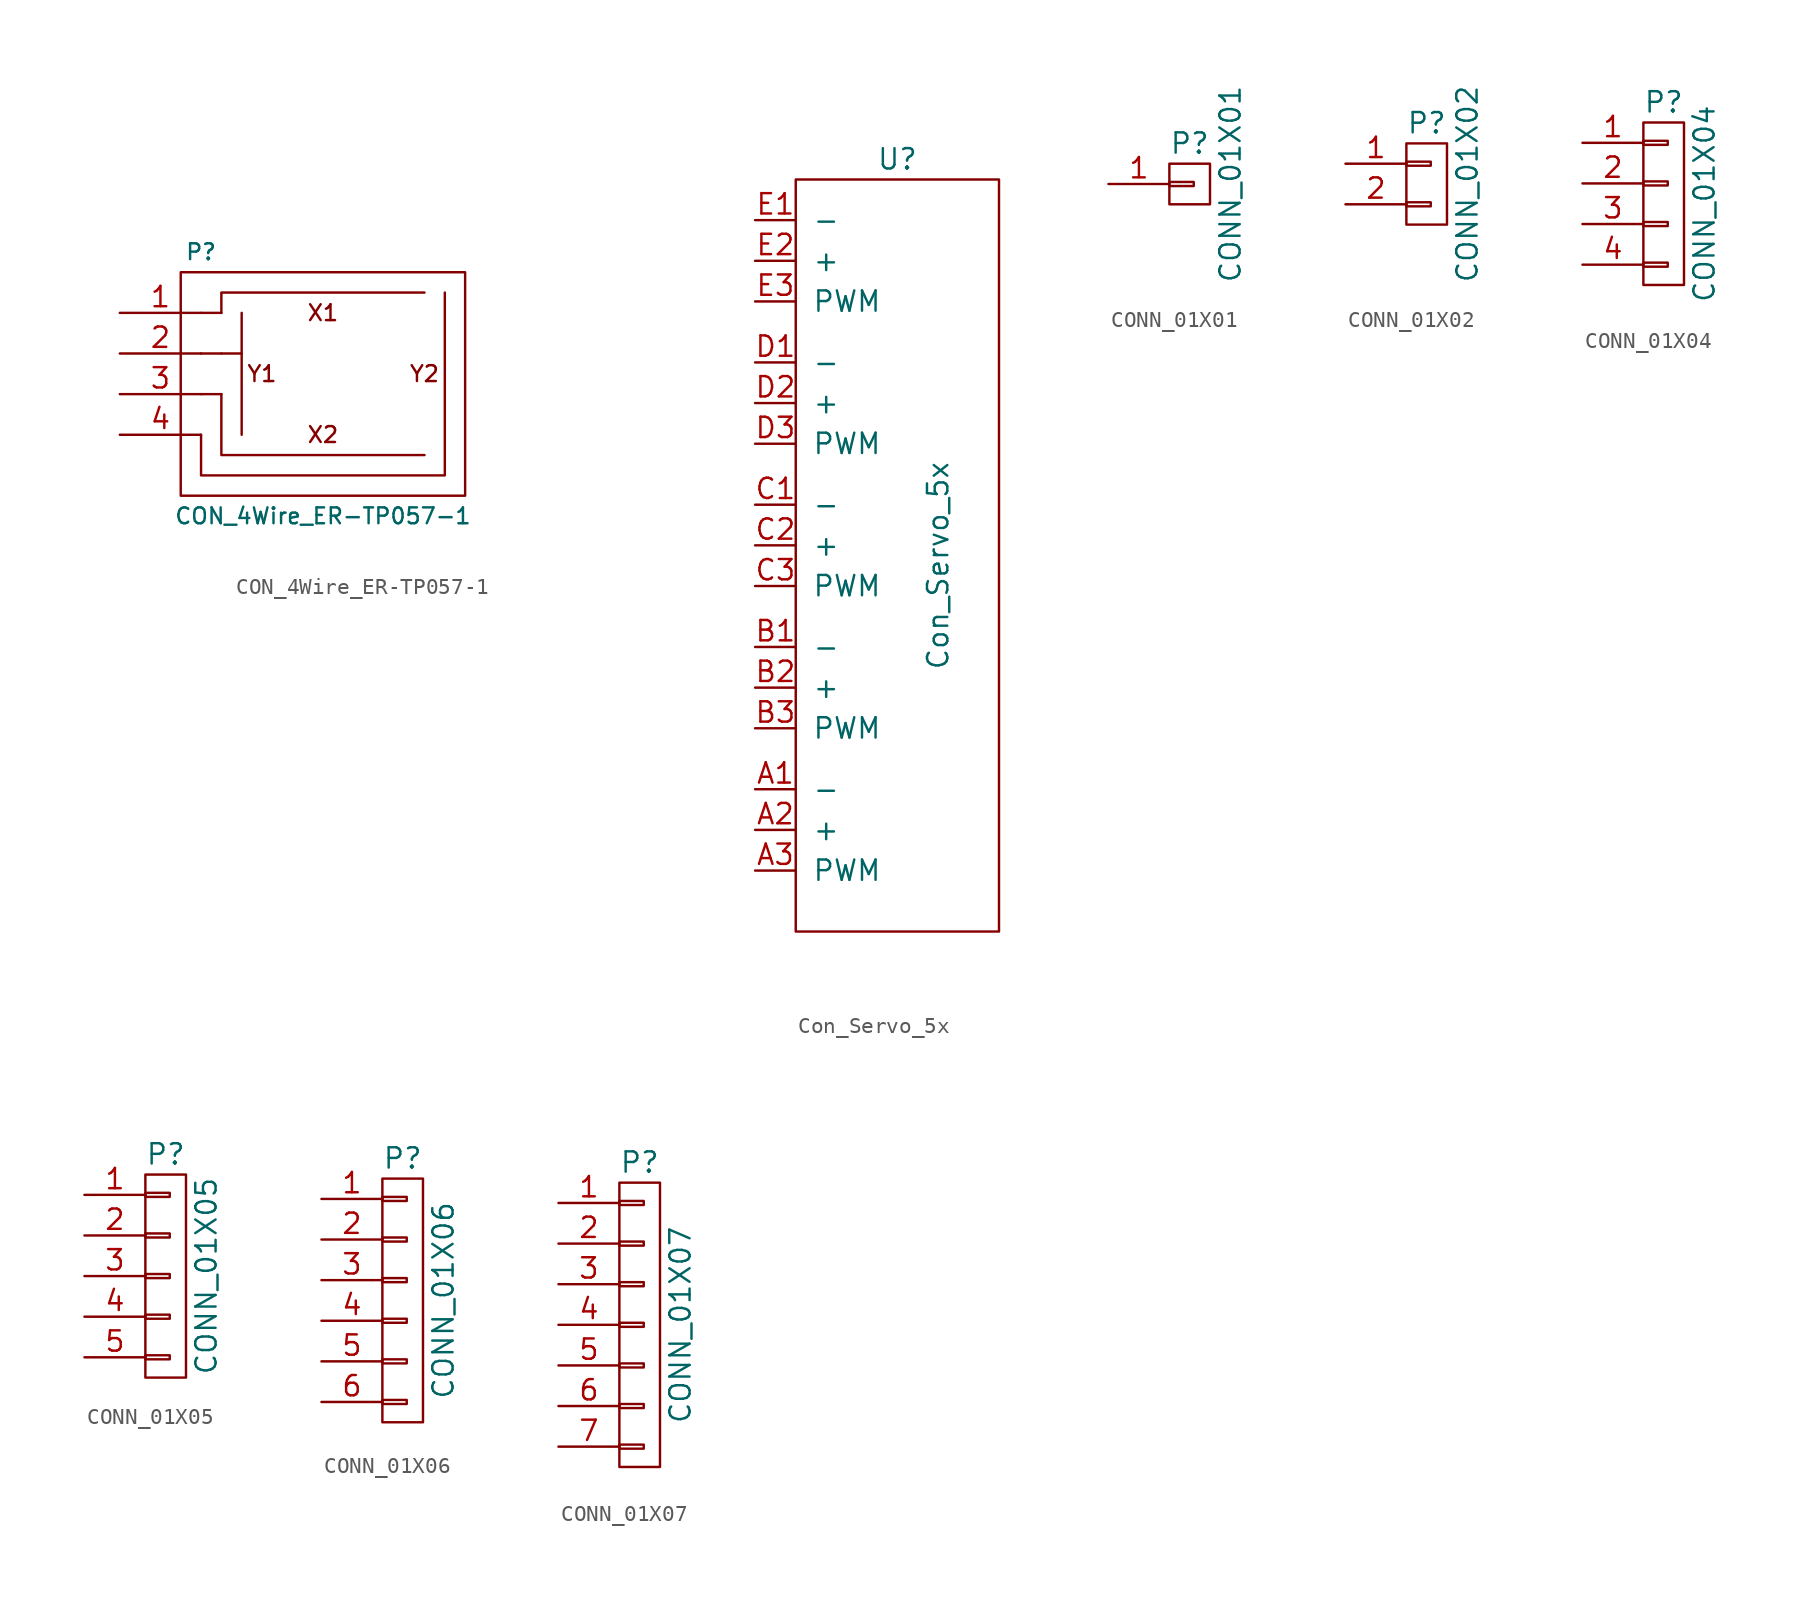
<source format=kicad_sym>
(kicad_symbol_lib
  (version 20210619)
  (generator kicad_symbol_editor)
  (symbol "tinkerforge:CON_4Wire_ER-TP057-1"
    (pin_names
      (offset 1.016))
    (property "Reference" "P"
      (at -3.81 7.62 0)
      (effects (font (size 0.991 0.991))))
    (property "Value" "CON_4Wire_ER-TP057-1"
      (at 3.81 -8.89 0)
      (effects (font (size 0.991 0.991))))
    (property "Footprint" ""
      (at 21.59 16.51 0)
      (effects (font (size 0.991 0.991))))
    (property "Datasheet" ""
      (at 21.59 16.51 0)
      (effects (font (size 0.991 0.991))))
    (symbol "CON_4Wire_ER-TP057-1_0_0"
      (text "X1" (at 3.81 3.81 0) (effects (font (size 0.991 0.991))))
      (text "X2" (at 3.81 -3.81 0) (effects (font (size 0.991 0.991))))
      (text "Y1" (at 0 0 0) (effects (font (size 0.991 0.991))))
      (text "Y2" (at 10.16 0 0) (effects (font (size 0.991 0.991)))))
    (symbol "CON_4Wire_ER-TP057-1_0_1"
      (rectangle (start -5.08 6.35) (end 12.7 -7.62) (stroke (width 0)) (fill (type none)))
      (polyline (pts (xy -3.81 -1.27) (xy -2.54 -1.27)) (stroke (width 0)) (fill (type none)))
      (polyline (pts (xy -3.81 1.27) (xy -2.54 1.27)) (stroke (width 0)) (fill (type none)))
      (polyline (pts (xy -2.54 3.81) (xy -3.81 3.81)) (stroke (width 0)) (fill (type none)))
      (polyline (pts (xy -1.27 1.27) (xy -1.27 -3.81)) (stroke (width 0)) (fill (type none)))
      (polyline (pts (xy -2.54 -1.27) (xy -2.54 -5.08) (xy 10.16 -5.08)) (stroke (width 0)) (fill (type none)))
      (polyline (pts (xy -2.54 1.27) (xy -1.27 1.27) (xy -1.27 3.81)) (stroke (width 0)) (fill (type none)))
      (polyline (pts (xy -2.54 3.81) (xy -2.54 5.08) (xy 10.16 5.08)) (stroke (width 0)) (fill (type none)))
      (polyline (pts (xy -3.81 -3.81) (xy -3.81 -6.35) (xy 11.43 -6.35) (xy 11.43 5.08)) (stroke (width 0)) (fill (type none))))
    (symbol "CON_4Wire_ER-TP057-1_1_1"
      (pin input line (at -8.89 3.81 0) (length 5.08) (name "~" (effects (font (size 1.27 1.27)))) (number "1" (effects (font (size 1.27 1.27)))))
      (pin input line (at -8.89 1.27 0) (length 5.08) (name "~" (effects (font (size 1.27 1.27)))) (number "2" (effects (font (size 1.27 1.27)))))
      (pin input line (at -8.89 -1.27 0) (length 5.08) (name "~" (effects (font (size 1.27 1.27)))) (number "3" (effects (font (size 1.27 1.27)))))
      (pin input line (at -8.89 -3.81 0) (length 5.08) (name "~" (effects (font (size 1.27 1.27)))) (number "4" (effects (font (size 1.27 1.27)))))))
  (symbol "tinkerforge:Con_Servo_5x"
    (pin_names
      (offset 1.016))
    (property "Reference" "U"
      (at 6.35 24.13 0)
      (effects (font (size 1.27 1.27))))
    (property "Value" "Con_Servo_5x"
      (at 8.89 -1.27 90)
      (effects (font (size 1.27 1.27))))
    (symbol "Con_Servo_5x_0_1"
      (rectangle (start 0 22.86) (end 12.7 -24.13) (stroke (width 0)) (fill (type none))))
    (symbol "Con_Servo_5x_1_1"
      (pin input line (at -2.54 -15.24 0) (length 2.54) (name "-" (effects (font (size 1.27 1.27)))) (number "A1" (effects (font (size 1.27 1.27)))))
      (pin input line (at -2.54 -17.78 0) (length 2.54) (name "+" (effects (font (size 1.27 1.27)))) (number "A2" (effects (font (size 1.27 1.27)))))
      (pin input line (at -2.54 -20.32 0) (length 2.54) (name "PWM" (effects (font (size 1.27 1.27)))) (number "A3" (effects (font (size 1.27 1.27)))))
      (pin input line (at -2.54 -6.35 0) (length 2.54) (name "-" (effects (font (size 1.27 1.27)))) (number "B1" (effects (font (size 1.27 1.27)))))
      (pin input line (at -2.54 -8.89 0) (length 2.54) (name "+" (effects (font (size 1.27 1.27)))) (number "B2" (effects (font (size 1.27 1.27)))))
      (pin input line (at -2.54 -11.43 0) (length 2.54) (name "PWM" (effects (font (size 1.27 1.27)))) (number "B3" (effects (font (size 1.27 1.27)))))
      (pin input line (at -2.54 2.54 0) (length 2.54) (name "-" (effects (font (size 1.27 1.27)))) (number "C1" (effects (font (size 1.27 1.27)))))
      (pin input line (at -2.54 0 0) (length 2.54) (name "+" (effects (font (size 1.27 1.27)))) (number "C2" (effects (font (size 1.27 1.27)))))
      (pin input line (at -2.54 -2.54 0) (length 2.54) (name "PWM" (effects (font (size 1.27 1.27)))) (number "C3" (effects (font (size 1.27 1.27)))))
      (pin input line (at -2.54 11.43 0) (length 2.54) (name "-" (effects (font (size 1.27 1.27)))) (number "D1" (effects (font (size 1.27 1.27)))))
      (pin input line (at -2.54 8.89 0) (length 2.54) (name "+" (effects (font (size 1.27 1.27)))) (number "D2" (effects (font (size 1.27 1.27)))))
      (pin input line (at -2.54 6.35 0) (length 2.54) (name "PWM" (effects (font (size 1.27 1.27)))) (number "D3" (effects (font (size 1.27 1.27)))))
      (pin input line (at -2.54 20.32 0) (length 2.54) (name "-" (effects (font (size 1.27 1.27)))) (number "E1" (effects (font (size 1.27 1.27)))))
      (pin input line (at -2.54 17.78 0) (length 2.54) (name "+" (effects (font (size 1.27 1.27)))) (number "E2" (effects (font (size 1.27 1.27)))))
      (pin input line (at -2.54 15.24 0) (length 2.54) (name "PWM" (effects (font (size 1.27 1.27)))) (number "E3" (effects (font (size 1.27 1.27)))))))
  (symbol "tinkerforge:CONN_01X01"
    (pin_names
      (offset 1.016) hide)
    (property "Reference" "P"
      (at 0 2.54 0)
      (effects (font (size 1.27 1.27))))
    (property "Value" "CONN_01X01"
      (at 2.54 0 90)
      (effects (font (size 1.27 1.27))))
    (property "Footprint" ""
      (at 0 0 0)
      (effects (font (size 1.27 1.27))))
    (property "Datasheet" ""
      (at 0 0 0)
      (effects (font (size 1.27 1.27))))
    (symbol "CONN_01X01_0_1"
      (rectangle (start -1.27 0.127) (end 0.254 -0.127) (stroke (width 0)) (fill (type none)))
      (rectangle (start -1.27 1.27) (end 1.27 -1.27) (stroke (width 0)) (fill (type none))))
    (symbol "CONN_01X01_1_1"
      (pin passive line (at -5.08 0 0) (length 3.81) (name "P1" (effects (font (size 1.27 1.27)))) (number "1" (effects (font (size 1.27 1.27)))))))
  (symbol "tinkerforge:CONN_01X02"
    (pin_names
      (offset 1.016) hide)
    (property "Reference" "P"
      (at 0 3.81 0)
      (effects (font (size 1.27 1.27))))
    (property "Value" "CONN_01X02"
      (at 2.54 0 90)
      (effects (font (size 1.27 1.27))))
    (property "Footprint" ""
      (at 0 0 0)
      (effects (font (size 1.27 1.27))))
    (property "Datasheet" ""
      (at 0 0 0)
      (effects (font (size 1.27 1.27))))
    (symbol "CONN_01X02_0_1"
      (rectangle (start -1.27 -1.143) (end 0.254 -1.397) (stroke (width 0)) (fill (type none)))
      (rectangle (start -1.27 1.397) (end 0.254 1.143) (stroke (width 0)) (fill (type none)))
      (rectangle (start -1.27 2.54) (end 1.27 -2.54) (stroke (width 0)) (fill (type none))))
    (symbol "CONN_01X02_1_1"
      (pin passive line (at -5.08 1.27 0) (length 3.81) (name "P1" (effects (font (size 1.27 1.27)))) (number "1" (effects (font (size 1.27 1.27)))))
      (pin passive line (at -5.08 -1.27 0) (length 3.81) (name "P2" (effects (font (size 1.27 1.27)))) (number "2" (effects (font (size 1.27 1.27)))))))
  (symbol "tinkerforge:CONN_01X04"
    (pin_names
      (offset 1.016) hide)
    (property "Reference" "P"
      (at 0 6.35 0)
      (effects (font (size 1.27 1.27))))
    (property "Value" "CONN_01X04"
      (at 2.54 0 90)
      (effects (font (size 1.27 1.27))))
    (property "Footprint" ""
      (at 0 0 0)
      (effects (font (size 1.27 1.27))))
    (property "Datasheet" ""
      (at 0 0 0)
      (effects (font (size 1.27 1.27))))
    (symbol "CONN_01X04_0_1"
      (rectangle (start -1.27 -3.683) (end 0.254 -3.937) (stroke (width 0)) (fill (type none)))
      (rectangle (start -1.27 -1.143) (end 0.254 -1.397) (stroke (width 0)) (fill (type none)))
      (rectangle (start -1.27 1.397) (end 0.254 1.143) (stroke (width 0)) (fill (type none)))
      (rectangle (start -1.27 3.937) (end 0.254 3.683) (stroke (width 0)) (fill (type none)))
      (rectangle (start -1.27 5.08) (end 1.27 -5.08) (stroke (width 0)) (fill (type none))))
    (symbol "CONN_01X04_1_1"
      (pin passive line (at -5.08 3.81 0) (length 3.81) (name "P1" (effects (font (size 1.27 1.27)))) (number "1" (effects (font (size 1.27 1.27)))))
      (pin passive line (at -5.08 1.27 0) (length 3.81) (name "P2" (effects (font (size 1.27 1.27)))) (number "2" (effects (font (size 1.27 1.27)))))
      (pin passive line (at -5.08 -1.27 0) (length 3.81) (name "P3" (effects (font (size 1.27 1.27)))) (number "3" (effects (font (size 1.27 1.27)))))
      (pin passive line (at -5.08 -3.81 0) (length 3.81) (name "P4" (effects (font (size 1.27 1.27)))) (number "4" (effects (font (size 1.27 1.27)))))))
  (symbol "tinkerforge:CONN_01X05"
    (pin_names
      (offset 1.016) hide)
    (property "Reference" "P"
      (at 0 7.62 0)
      (effects (font (size 1.27 1.27))))
    (property "Value" "CONN_01X05"
      (at 2.54 0 90)
      (effects (font (size 1.27 1.27))))
    (property "Footprint" ""
      (at 0 0 0)
      (effects (font (size 1.27 1.27))))
    (property "Datasheet" ""
      (at 0 0 0)
      (effects (font (size 1.27 1.27))))
    (symbol "CONN_01X05_0_1"
      (rectangle (start -1.27 -4.953) (end 0.254 -5.207) (stroke (width 0)) (fill (type none)))
      (rectangle (start -1.27 -2.413) (end 0.254 -2.667) (stroke (width 0)) (fill (type none)))
      (rectangle (start -1.27 0.127) (end 0.254 -0.127) (stroke (width 0)) (fill (type none)))
      (rectangle (start -1.27 2.667) (end 0.254 2.413) (stroke (width 0)) (fill (type none)))
      (rectangle (start -1.27 5.207) (end 0.254 4.953) (stroke (width 0)) (fill (type none)))
      (rectangle (start -1.27 6.35) (end 1.27 -6.35) (stroke (width 0)) (fill (type none))))
    (symbol "CONN_01X05_1_1"
      (pin passive line (at -5.08 5.08 0) (length 3.81) (name "P1" (effects (font (size 1.27 1.27)))) (number "1" (effects (font (size 1.27 1.27)))))
      (pin passive line (at -5.08 2.54 0) (length 3.81) (name "P2" (effects (font (size 1.27 1.27)))) (number "2" (effects (font (size 1.27 1.27)))))
      (pin passive line (at -5.08 0 0) (length 3.81) (name "P3" (effects (font (size 1.27 1.27)))) (number "3" (effects (font (size 1.27 1.27)))))
      (pin passive line (at -5.08 -2.54 0) (length 3.81) (name "P4" (effects (font (size 1.27 1.27)))) (number "4" (effects (font (size 1.27 1.27)))))
      (pin passive line (at -5.08 -5.08 0) (length 3.81) (name "P5" (effects (font (size 1.27 1.27)))) (number "5" (effects (font (size 1.27 1.27)))))))
  (symbol "tinkerforge:CONN_01X06"
    (pin_names
      (offset 1.016) hide)
    (property "Reference" "P"
      (at 0 8.89 0)
      (effects (font (size 1.27 1.27))))
    (property "Value" "CONN_01X06"
      (at 2.54 0 90)
      (effects (font (size 1.27 1.27))))
    (property "Footprint" ""
      (at 0 0 0)
      (effects (font (size 1.27 1.27))))
    (property "Datasheet" ""
      (at 0 0 0)
      (effects (font (size 1.27 1.27))))
    (symbol "CONN_01X06_0_1"
      (rectangle (start -1.27 -6.223) (end 0.254 -6.477) (stroke (width 0)) (fill (type none)))
      (rectangle (start -1.27 -3.683) (end 0.254 -3.937) (stroke (width 0)) (fill (type none)))
      (rectangle (start -1.27 -1.143) (end 0.254 -1.397) (stroke (width 0)) (fill (type none)))
      (rectangle (start -1.27 1.397) (end 0.254 1.143) (stroke (width 0)) (fill (type none)))
      (rectangle (start -1.27 3.937) (end 0.254 3.683) (stroke (width 0)) (fill (type none)))
      (rectangle (start -1.27 6.477) (end 0.254 6.223) (stroke (width 0)) (fill (type none)))
      (rectangle (start -1.27 7.62) (end 1.27 -7.62) (stroke (width 0)) (fill (type none))))
    (symbol "CONN_01X06_1_1"
      (pin passive line (at -5.08 6.35 0) (length 3.81) (name "P1" (effects (font (size 1.27 1.27)))) (number "1" (effects (font (size 1.27 1.27)))))
      (pin passive line (at -5.08 3.81 0) (length 3.81) (name "P2" (effects (font (size 1.27 1.27)))) (number "2" (effects (font (size 1.27 1.27)))))
      (pin passive line (at -5.08 1.27 0) (length 3.81) (name "P3" (effects (font (size 1.27 1.27)))) (number "3" (effects (font (size 1.27 1.27)))))
      (pin passive line (at -5.08 -1.27 0) (length 3.81) (name "P4" (effects (font (size 1.27 1.27)))) (number "4" (effects (font (size 1.27 1.27)))))
      (pin passive line (at -5.08 -3.81 0) (length 3.81) (name "P5" (effects (font (size 1.27 1.27)))) (number "5" (effects (font (size 1.27 1.27)))))
      (pin passive line (at -5.08 -6.35 0) (length 3.81) (name "P6" (effects (font (size 1.27 1.27)))) (number "6" (effects (font (size 1.27 1.27)))))))
  (symbol "tinkerforge:CONN_01X07"
    (pin_names
      (offset 1.016) hide)
    (property "Reference" "P"
      (at 0 10.16 0)
      (effects (font (size 1.27 1.27))))
    (property "Value" "CONN_01X07"
      (at 2.54 0 90)
      (effects (font (size 1.27 1.27))))
    (property "Footprint" ""
      (at 0 0 0)
      (effects (font (size 1.27 1.27))))
    (property "Datasheet" ""
      (at 0 0 0)
      (effects (font (size 1.27 1.27))))
    (symbol "CONN_01X07_0_1"
      (rectangle (start -1.27 -8.89) (end 1.27 8.89) (stroke (width 0)) (fill (type none)))
      (rectangle (start -1.27 -7.493) (end 0.254 -7.747) (stroke (width 0)) (fill (type none)))
      (rectangle (start -1.27 -4.953) (end 0.254 -5.207) (stroke (width 0)) (fill (type none)))
      (rectangle (start -1.27 -2.413) (end 0.254 -2.667) (stroke (width 0)) (fill (type none)))
      (rectangle (start -1.27 0.127) (end 0.254 -0.127) (stroke (width 0)) (fill (type none)))
      (rectangle (start -1.27 2.667) (end 0.254 2.413) (stroke (width 0)) (fill (type none)))
      (rectangle (start -1.27 5.207) (end 0.254 4.953) (stroke (width 0)) (fill (type none)))
      (rectangle (start -1.27 7.747) (end 0.254 7.493) (stroke (width 0)) (fill (type none))))
    (symbol "CONN_01X07_1_1"
      (pin passive line (at -5.08 7.62 0) (length 3.81) (name "P1" (effects (font (size 1.27 1.27)))) (number "1" (effects (font (size 1.27 1.27)))))
      (pin passive line (at -5.08 5.08 0) (length 3.81) (name "P2" (effects (font (size 1.27 1.27)))) (number "2" (effects (font (size 1.27 1.27)))))
      (pin passive line (at -5.08 2.54 0) (length 3.81) (name "P3" (effects (font (size 1.27 1.27)))) (number "3" (effects (font (size 1.27 1.27)))))
      (pin passive line (at -5.08 0 0) (length 3.81) (name "P4" (effects (font (size 1.27 1.27)))) (number "4" (effects (font (size 1.27 1.27)))))
      (pin passive line (at -5.08 -2.54 0) (length 3.81) (name "P5" (effects (font (size 1.27 1.27)))) (number "5" (effects (font (size 1.27 1.27)))))
      (pin passive line (at -5.08 -5.08 0) (length 3.81) (name "P6" (effects (font (size 1.27 1.27)))) (number "6" (effects (font (size 1.27 1.27)))))
      (pin passive line (at -5.08 -7.62 0) (length 3.81) (name "P7" (effects (font (size 1.27 1.27)))) (number "7" (effects (font (size 1.27 1.27))))))))
</source>
